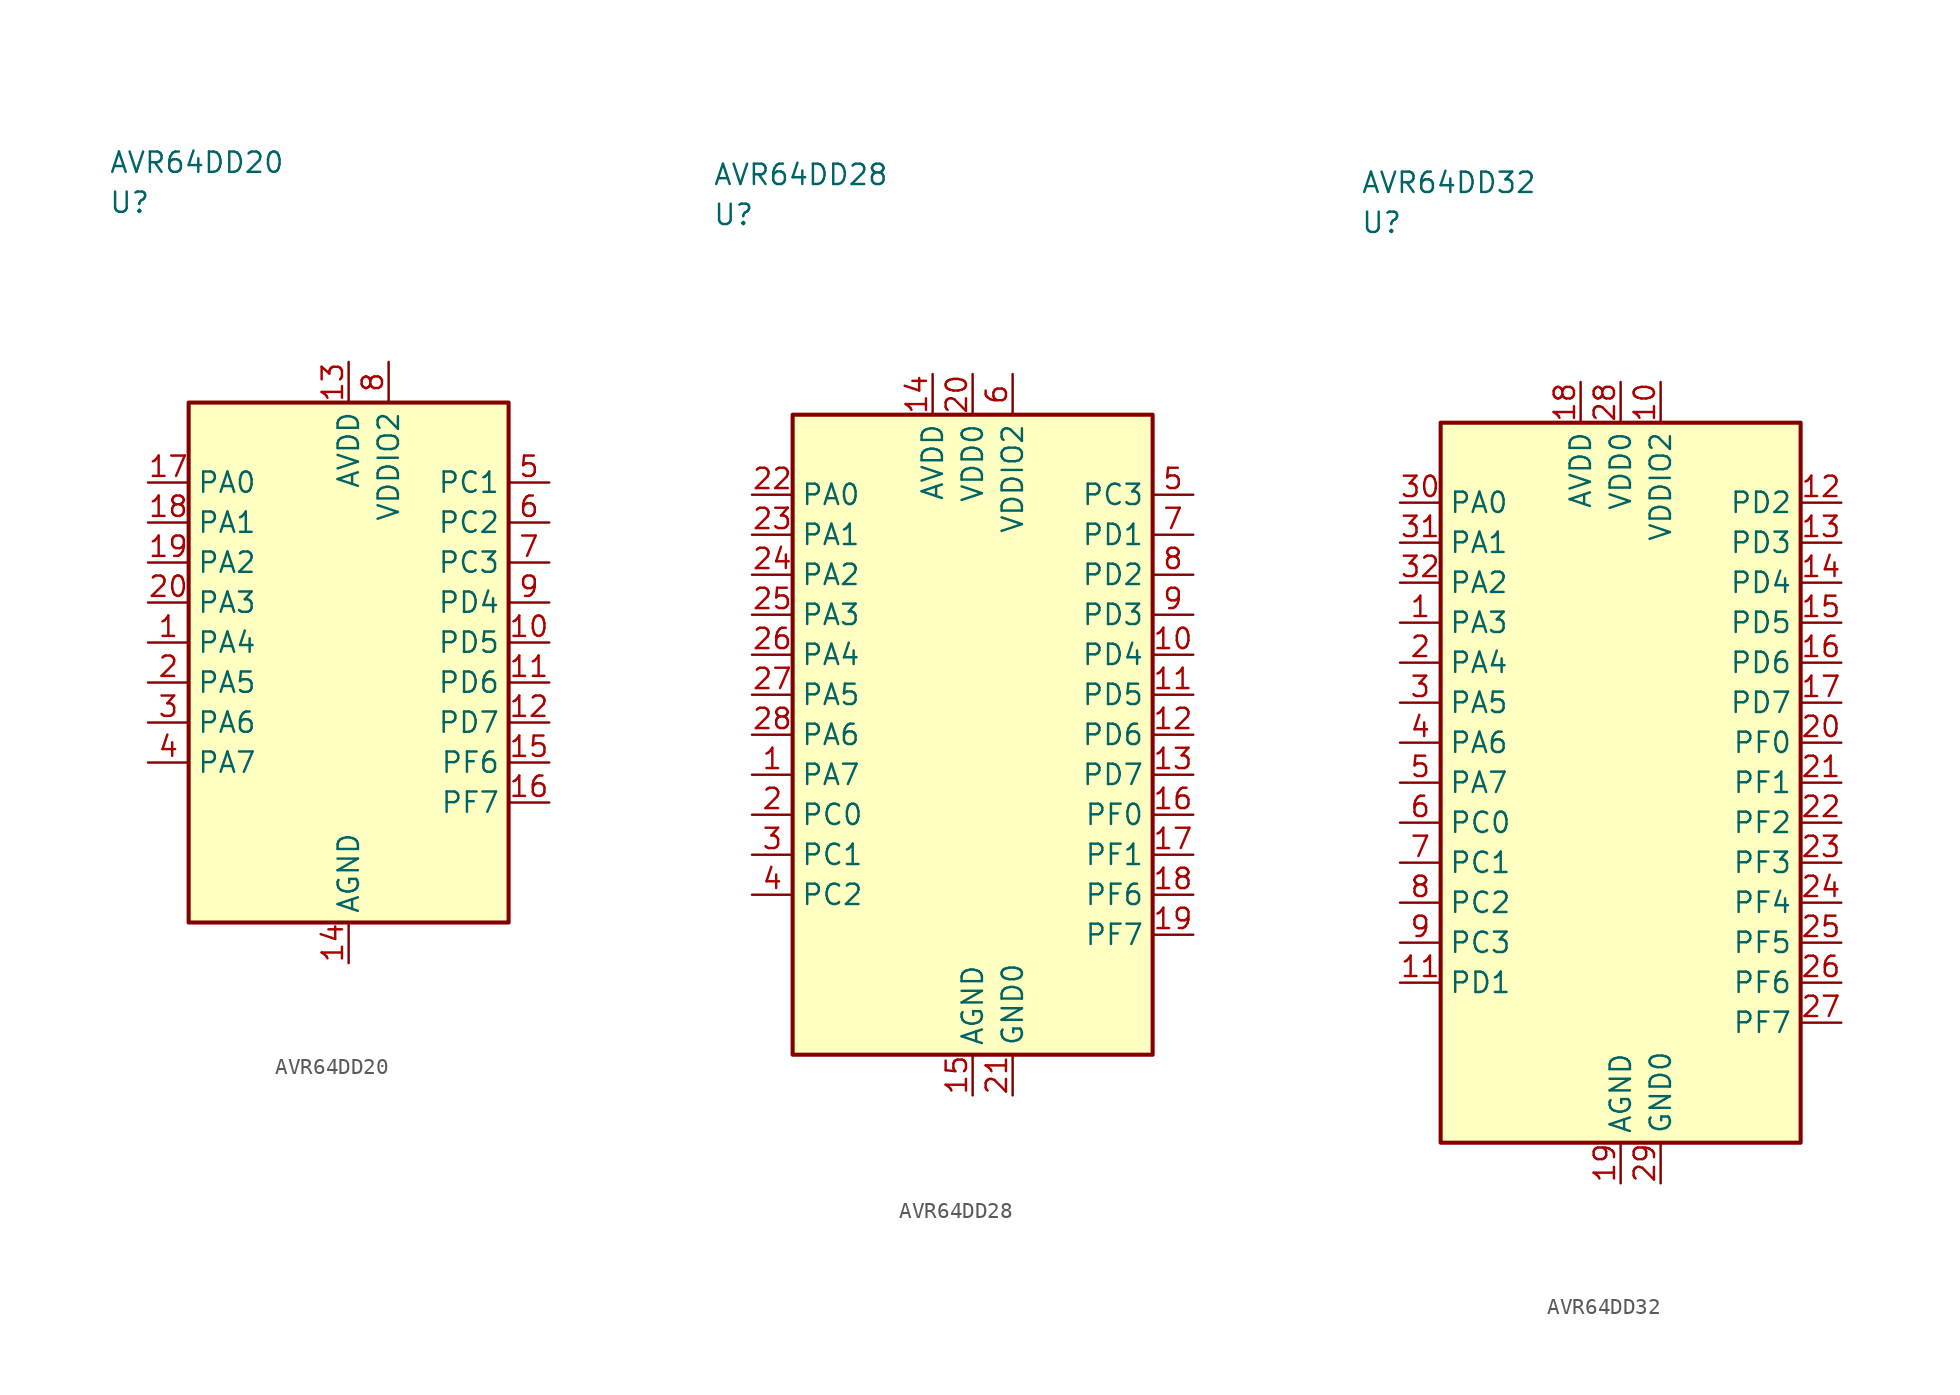
<source format=kicad_sym>
(kicad_symbol_lib
  (version 20241025)
  (generator "kicad_symbol_editor")
  (generator_version "8.0")
  (symbol "AVR64DD20"
    (property "Reference" "U"
      (at -15.0 28.75 0)
      (effects (font (size 1.27 1.27)) (justify left)))
    (property "Value" "AVR64DD20"
      (at -15.0 31.25 0)
      (effects (font (size 1.27 1.27)) (justify left)))
    (symbol "AVR64DD20_0_1"
      (rectangle (start -10.0 16.25) (end 10.0 -16.25) (stroke (width 0.254) (type default)) (fill (type background))))
    (symbol "AVR64DD20_1_1"
      (pin bidirectional line (at -12.54 1.25 0.0) (length 2.54) (name "PA4" (effects (font (size 1.27 1.27)))) (number "1" (effects (font (size 1.27 1.27)))))
      (pin bidirectional line (at -12.54 -1.25 0.0) (length 2.54) (name "PA5" (effects (font (size 1.27 1.27)))) (number "2" (effects (font (size 1.27 1.27)))))
      (pin bidirectional line (at -12.54 -3.75 0.0) (length 2.54) (name "PA6" (effects (font (size 1.27 1.27)))) (number "3" (effects (font (size 1.27 1.27)))))
      (pin bidirectional line (at -12.54 -6.25 0.0) (length 2.54) (name "PA7" (effects (font (size 1.27 1.27)))) (number "4" (effects (font (size 1.27 1.27)))))
      (pin bidirectional line (at 12.54 11.25 180.0) (length 2.54) (name "PC1" (effects (font (size 1.27 1.27)))) (number "5" (effects (font (size 1.27 1.27)))))
      (pin bidirectional line (at 12.54 8.75 180.0) (length 2.54) (name "PC2" (effects (font (size 1.27 1.27)))) (number "6" (effects (font (size 1.27 1.27)))))
      (pin bidirectional line (at 12.54 6.25 180.0) (length 2.54) (name "PC3" (effects (font (size 1.27 1.27)))) (number "7" (effects (font (size 1.27 1.27)))))
      (pin power_in line (at 2.5 18.79 270.0) (length 2.54) (name "VDDIO2" (effects (font (size 1.27 1.27)))) (number "8" (effects (font (size 1.27 1.27)))))
      (pin bidirectional line (at 12.54 3.75 180.0) (length 2.54) (name "PD4" (effects (font (size 1.27 1.27)))) (number "9" (effects (font (size 1.27 1.27)))))
      (pin bidirectional line (at 12.54 1.25 180.0) (length 2.54) (name "PD5" (effects (font (size 1.27 1.27)))) (number "10" (effects (font (size 1.27 1.27)))))
      (pin bidirectional line (at 12.54 -1.25 180.0) (length 2.54) (name "PD6" (effects (font (size 1.27 1.27)))) (number "11" (effects (font (size 1.27 1.27)))))
      (pin bidirectional line (at 12.54 -3.75 180.0) (length 2.54) (name "PD7" (effects (font (size 1.27 1.27)))) (number "12" (effects (font (size 1.27 1.27)))))
      (pin power_in line (at 0.0 18.79 270.0) (length 2.54) (name "AVDD" (effects (font (size 1.27 1.27)))) (number "13" (effects (font (size 1.27 1.27)))))
      (pin passive line (at 0.0 -18.79 90.0) (length 2.54) (name "AGND" (effects (font (size 1.27 1.27)))) (number "14" (effects (font (size 1.27 1.27)))))
      (pin bidirectional line (at 12.54 -6.25 180.0) (length 2.54) (name "PF6" (effects (font (size 1.27 1.27)))) (number "15" (effects (font (size 1.27 1.27)))))
      (pin bidirectional line (at 12.54 -8.75 180.0) (length 2.54) (name "PF7" (effects (font (size 1.27 1.27)))) (number "16" (effects (font (size 1.27 1.27)))))
      (pin bidirectional line (at -12.54 11.25 0.0) (length 2.54) (name "PA0" (effects (font (size 1.27 1.27)))) (number "17" (effects (font (size 1.27 1.27)))))
      (pin bidirectional line (at -12.54 8.75 0.0) (length 2.54) (name "PA1" (effects (font (size 1.27 1.27)))) (number "18" (effects (font (size 1.27 1.27)))))
      (pin bidirectional line (at -12.54 6.25 0.0) (length 2.54) (name "PA2" (effects (font (size 1.27 1.27)))) (number "19" (effects (font (size 1.27 1.27)))))
      (pin bidirectional line (at -12.54 3.75 0.0) (length 2.54) (name "PA3" (effects (font (size 1.27 1.27)))) (number "20" (effects (font (size 1.27 1.27)))))))
  (symbol "AVR64DD28"
    (property "Reference" "U"
      (at -16.25 32.5 0)
      (effects (font (size 1.27 1.27)) (justify left)))
    (property "Value" "AVR64DD28"
      (at -16.25 35.0 0)
      (effects (font (size 1.27 1.27)) (justify left)))
    (symbol "AVR64DD28_0_1"
      (rectangle (start -11.25 20.0) (end 11.25 -20.0) (stroke (width 0.254) (type default)) (fill (type background))))
    (symbol "AVR64DD28_1_1"
      (pin bidirectional line (at -13.79 -2.5 0.0) (length 2.54) (name "PA7" (effects (font (size 1.27 1.27)))) (number "1" (effects (font (size 1.27 1.27)))))
      (pin bidirectional line (at -13.79 -5.0 0.0) (length 2.54) (name "PC0" (effects (font (size 1.27 1.27)))) (number "2" (effects (font (size 1.27 1.27)))))
      (pin bidirectional line (at -13.79 -7.5 0.0) (length 2.54) (name "PC1" (effects (font (size 1.27 1.27)))) (number "3" (effects (font (size 1.27 1.27)))))
      (pin bidirectional line (at -13.79 -10.0 0.0) (length 2.54) (name "PC2" (effects (font (size 1.27 1.27)))) (number "4" (effects (font (size 1.27 1.27)))))
      (pin bidirectional line (at 13.79 15.0 180.0) (length 2.54) (name "PC3" (effects (font (size 1.27 1.27)))) (number "5" (effects (font (size 1.27 1.27)))))
      (pin power_in line (at 2.5 22.54 270.0) (length 2.54) (name "VDDIO2" (effects (font (size 1.27 1.27)))) (number "6" (effects (font (size 1.27 1.27)))))
      (pin bidirectional line (at 13.79 12.5 180.0) (length 2.54) (name "PD1" (effects (font (size 1.27 1.27)))) (number "7" (effects (font (size 1.27 1.27)))))
      (pin bidirectional line (at 13.79 10.0 180.0) (length 2.54) (name "PD2" (effects (font (size 1.27 1.27)))) (number "8" (effects (font (size 1.27 1.27)))))
      (pin bidirectional line (at 13.79 7.5 180.0) (length 2.54) (name "PD3" (effects (font (size 1.27 1.27)))) (number "9" (effects (font (size 1.27 1.27)))))
      (pin bidirectional line (at 13.79 5.0 180.0) (length 2.54) (name "PD4" (effects (font (size 1.27 1.27)))) (number "10" (effects (font (size 1.27 1.27)))))
      (pin bidirectional line (at 13.79 2.5 180.0) (length 2.54) (name "PD5" (effects (font (size 1.27 1.27)))) (number "11" (effects (font (size 1.27 1.27)))))
      (pin bidirectional line (at 13.79 0.0 180.0) (length 2.54) (name "PD6" (effects (font (size 1.27 1.27)))) (number "12" (effects (font (size 1.27 1.27)))))
      (pin bidirectional line (at 13.79 -2.5 180.0) (length 2.54) (name "PD7" (effects (font (size 1.27 1.27)))) (number "13" (effects (font (size 1.27 1.27)))))
      (pin power_in line (at -2.5 22.54 270.0) (length 2.54) (name "AVDD" (effects (font (size 1.27 1.27)))) (number "14" (effects (font (size 1.27 1.27)))))
      (pin passive line (at 0.0 -22.54 90.0) (length 2.54) (name "AGND" (effects (font (size 1.27 1.27)))) (number "15" (effects (font (size 1.27 1.27)))))
      (pin bidirectional line (at 13.79 -5.0 180.0) (length 2.54) (name "PF0" (effects (font (size 1.27 1.27)))) (number "16" (effects (font (size 1.27 1.27)))))
      (pin bidirectional line (at 13.79 -7.5 180.0) (length 2.54) (name "PF1" (effects (font (size 1.27 1.27)))) (number "17" (effects (font (size 1.27 1.27)))))
      (pin bidirectional line (at 13.79 -10.0 180.0) (length 2.54) (name "PF6" (effects (font (size 1.27 1.27)))) (number "18" (effects (font (size 1.27 1.27)))))
      (pin bidirectional line (at 13.79 -12.5 180.0) (length 2.54) (name "PF7" (effects (font (size 1.27 1.27)))) (number "19" (effects (font (size 1.27 1.27)))))
      (pin power_in line (at 0.0 22.54 270.0) (length 2.54) (name "VDD0" (effects (font (size 1.27 1.27)))) (number "20" (effects (font (size 1.27 1.27)))))
      (pin passive line (at 2.5 -22.54 90.0) (length 2.54) (name "GND0" (effects (font (size 1.27 1.27)))) (number "21" (effects (font (size 1.27 1.27)))))
      (pin bidirectional line (at -13.79 15.0 0.0) (length 2.54) (name "PA0" (effects (font (size 1.27 1.27)))) (number "22" (effects (font (size 1.27 1.27)))))
      (pin bidirectional line (at -13.79 12.5 0.0) (length 2.54) (name "PA1" (effects (font (size 1.27 1.27)))) (number "23" (effects (font (size 1.27 1.27)))))
      (pin bidirectional line (at -13.79 10.0 0.0) (length 2.54) (name "PA2" (effects (font (size 1.27 1.27)))) (number "24" (effects (font (size 1.27 1.27)))))
      (pin bidirectional line (at -13.79 7.5 0.0) (length 2.54) (name "PA3" (effects (font (size 1.27 1.27)))) (number "25" (effects (font (size 1.27 1.27)))))
      (pin bidirectional line (at -13.79 5.0 0.0) (length 2.54) (name "PA4" (effects (font (size 1.27 1.27)))) (number "26" (effects (font (size 1.27 1.27)))))
      (pin bidirectional line (at -13.79 2.5 0.0) (length 2.54) (name "PA5" (effects (font (size 1.27 1.27)))) (number "27" (effects (font (size 1.27 1.27)))))
      (pin bidirectional line (at -13.79 0.0 0.0) (length 2.54) (name "PA6" (effects (font (size 1.27 1.27)))) (number "28" (effects (font (size 1.27 1.27)))))))
  (symbol "AVR64DD32"
    (property "Reference" "U"
      (at -16.25 35.0 0)
      (effects (font (size 1.27 1.27)) (justify left)))
    (property "Value" "AVR64DD32"
      (at -16.25 37.5 0)
      (effects (font (size 1.27 1.27)) (justify left)))
    (symbol "AVR64DD32_0_1"
      (rectangle (start -11.25 22.5) (end 11.25 -22.5) (stroke (width 0.254) (type default)) (fill (type background))))
    (symbol "AVR64DD32_1_1"
      (pin bidirectional line (at -13.79 10.0 0.0) (length 2.54) (name "PA3" (effects (font (size 1.27 1.27)))) (number "1" (effects (font (size 1.27 1.27)))))
      (pin bidirectional line (at -13.79 7.5 0.0) (length 2.54) (name "PA4" (effects (font (size 1.27 1.27)))) (number "2" (effects (font (size 1.27 1.27)))))
      (pin bidirectional line (at -13.79 5.0 0.0) (length 2.54) (name "PA5" (effects (font (size 1.27 1.27)))) (number "3" (effects (font (size 1.27 1.27)))))
      (pin bidirectional line (at -13.79 2.5 0.0) (length 2.54) (name "PA6" (effects (font (size 1.27 1.27)))) (number "4" (effects (font (size 1.27 1.27)))))
      (pin bidirectional line (at -13.79 0.0 0.0) (length 2.54) (name "PA7" (effects (font (size 1.27 1.27)))) (number "5" (effects (font (size 1.27 1.27)))))
      (pin bidirectional line (at -13.79 -2.5 0.0) (length 2.54) (name "PC0" (effects (font (size 1.27 1.27)))) (number "6" (effects (font (size 1.27 1.27)))))
      (pin bidirectional line (at -13.79 -5.0 0.0) (length 2.54) (name "PC1" (effects (font (size 1.27 1.27)))) (number "7" (effects (font (size 1.27 1.27)))))
      (pin bidirectional line (at -13.79 -7.5 0.0) (length 2.54) (name "PC2" (effects (font (size 1.27 1.27)))) (number "8" (effects (font (size 1.27 1.27)))))
      (pin bidirectional line (at -13.79 -10.0 0.0) (length 2.54) (name "PC3" (effects (font (size 1.27 1.27)))) (number "9" (effects (font (size 1.27 1.27)))))
      (pin power_in line (at 2.5 25.04 270.0) (length 2.54) (name "VDDIO2" (effects (font (size 1.27 1.27)))) (number "10" (effects (font (size 1.27 1.27)))))
      (pin bidirectional line (at -13.79 -12.5 0.0) (length 2.54) (name "PD1" (effects (font (size 1.27 1.27)))) (number "11" (effects (font (size 1.27 1.27)))))
      (pin bidirectional line (at 13.79 17.5 180.0) (length 2.54) (name "PD2" (effects (font (size 1.27 1.27)))) (number "12" (effects (font (size 1.27 1.27)))))
      (pin bidirectional line (at 13.79 15.0 180.0) (length 2.54) (name "PD3" (effects (font (size 1.27 1.27)))) (number "13" (effects (font (size 1.27 1.27)))))
      (pin bidirectional line (at 13.79 12.5 180.0) (length 2.54) (name "PD4" (effects (font (size 1.27 1.27)))) (number "14" (effects (font (size 1.27 1.27)))))
      (pin bidirectional line (at 13.79 10.0 180.0) (length 2.54) (name "PD5" (effects (font (size 1.27 1.27)))) (number "15" (effects (font (size 1.27 1.27)))))
      (pin bidirectional line (at 13.79 7.5 180.0) (length 2.54) (name "PD6" (effects (font (size 1.27 1.27)))) (number "16" (effects (font (size 1.27 1.27)))))
      (pin bidirectional line (at 13.79 5.0 180.0) (length 2.54) (name "PD7" (effects (font (size 1.27 1.27)))) (number "17" (effects (font (size 1.27 1.27)))))
      (pin power_in line (at -2.5 25.04 270.0) (length 2.54) (name "AVDD" (effects (font (size 1.27 1.27)))) (number "18" (effects (font (size 1.27 1.27)))))
      (pin passive line (at 0.0 -25.04 90.0) (length 2.54) (name "AGND" (effects (font (size 1.27 1.27)))) (number "19" (effects (font (size 1.27 1.27)))))
      (pin bidirectional line (at 13.79 2.5 180.0) (length 2.54) (name "PF0" (effects (font (size 1.27 1.27)))) (number "20" (effects (font (size 1.27 1.27)))))
      (pin bidirectional line (at 13.79 0.0 180.0) (length 2.54) (name "PF1" (effects (font (size 1.27 1.27)))) (number "21" (effects (font (size 1.27 1.27)))))
      (pin bidirectional line (at 13.79 -2.5 180.0) (length 2.54) (name "PF2" (effects (font (size 1.27 1.27)))) (number "22" (effects (font (size 1.27 1.27)))))
      (pin bidirectional line (at 13.79 -5.0 180.0) (length 2.54) (name "PF3" (effects (font (size 1.27 1.27)))) (number "23" (effects (font (size 1.27 1.27)))))
      (pin bidirectional line (at 13.79 -7.5 180.0) (length 2.54) (name "PF4" (effects (font (size 1.27 1.27)))) (number "24" (effects (font (size 1.27 1.27)))))
      (pin bidirectional line (at 13.79 -10.0 180.0) (length 2.54) (name "PF5" (effects (font (size 1.27 1.27)))) (number "25" (effects (font (size 1.27 1.27)))))
      (pin bidirectional line (at 13.79 -12.5 180.0) (length 2.54) (name "PF6" (effects (font (size 1.27 1.27)))) (number "26" (effects (font (size 1.27 1.27)))))
      (pin bidirectional line (at 13.79 -15.0 180.0) (length 2.54) (name "PF7" (effects (font (size 1.27 1.27)))) (number "27" (effects (font (size 1.27 1.27)))))
      (pin power_in line (at 0.0 25.04 270.0) (length 2.54) (name "VDD0" (effects (font (size 1.27 1.27)))) (number "28" (effects (font (size 1.27 1.27)))))
      (pin passive line (at 2.5 -25.04 90.0) (length 2.54) (name "GND0" (effects (font (size 1.27 1.27)))) (number "29" (effects (font (size 1.27 1.27)))))
      (pin bidirectional line (at -13.79 17.5 0.0) (length 2.54) (name "PA0" (effects (font (size 1.27 1.27)))) (number "30" (effects (font (size 1.27 1.27)))))
      (pin bidirectional line (at -13.79 15.0 0.0) (length 2.54) (name "PA1" (effects (font (size 1.27 1.27)))) (number "31" (effects (font (size 1.27 1.27)))))
      (pin bidirectional line (at -13.79 12.5 0.0) (length 2.54) (name "PA2" (effects (font (size 1.27 1.27)))) (number "32" (effects (font (size 1.27 1.27))))))))
</source>
